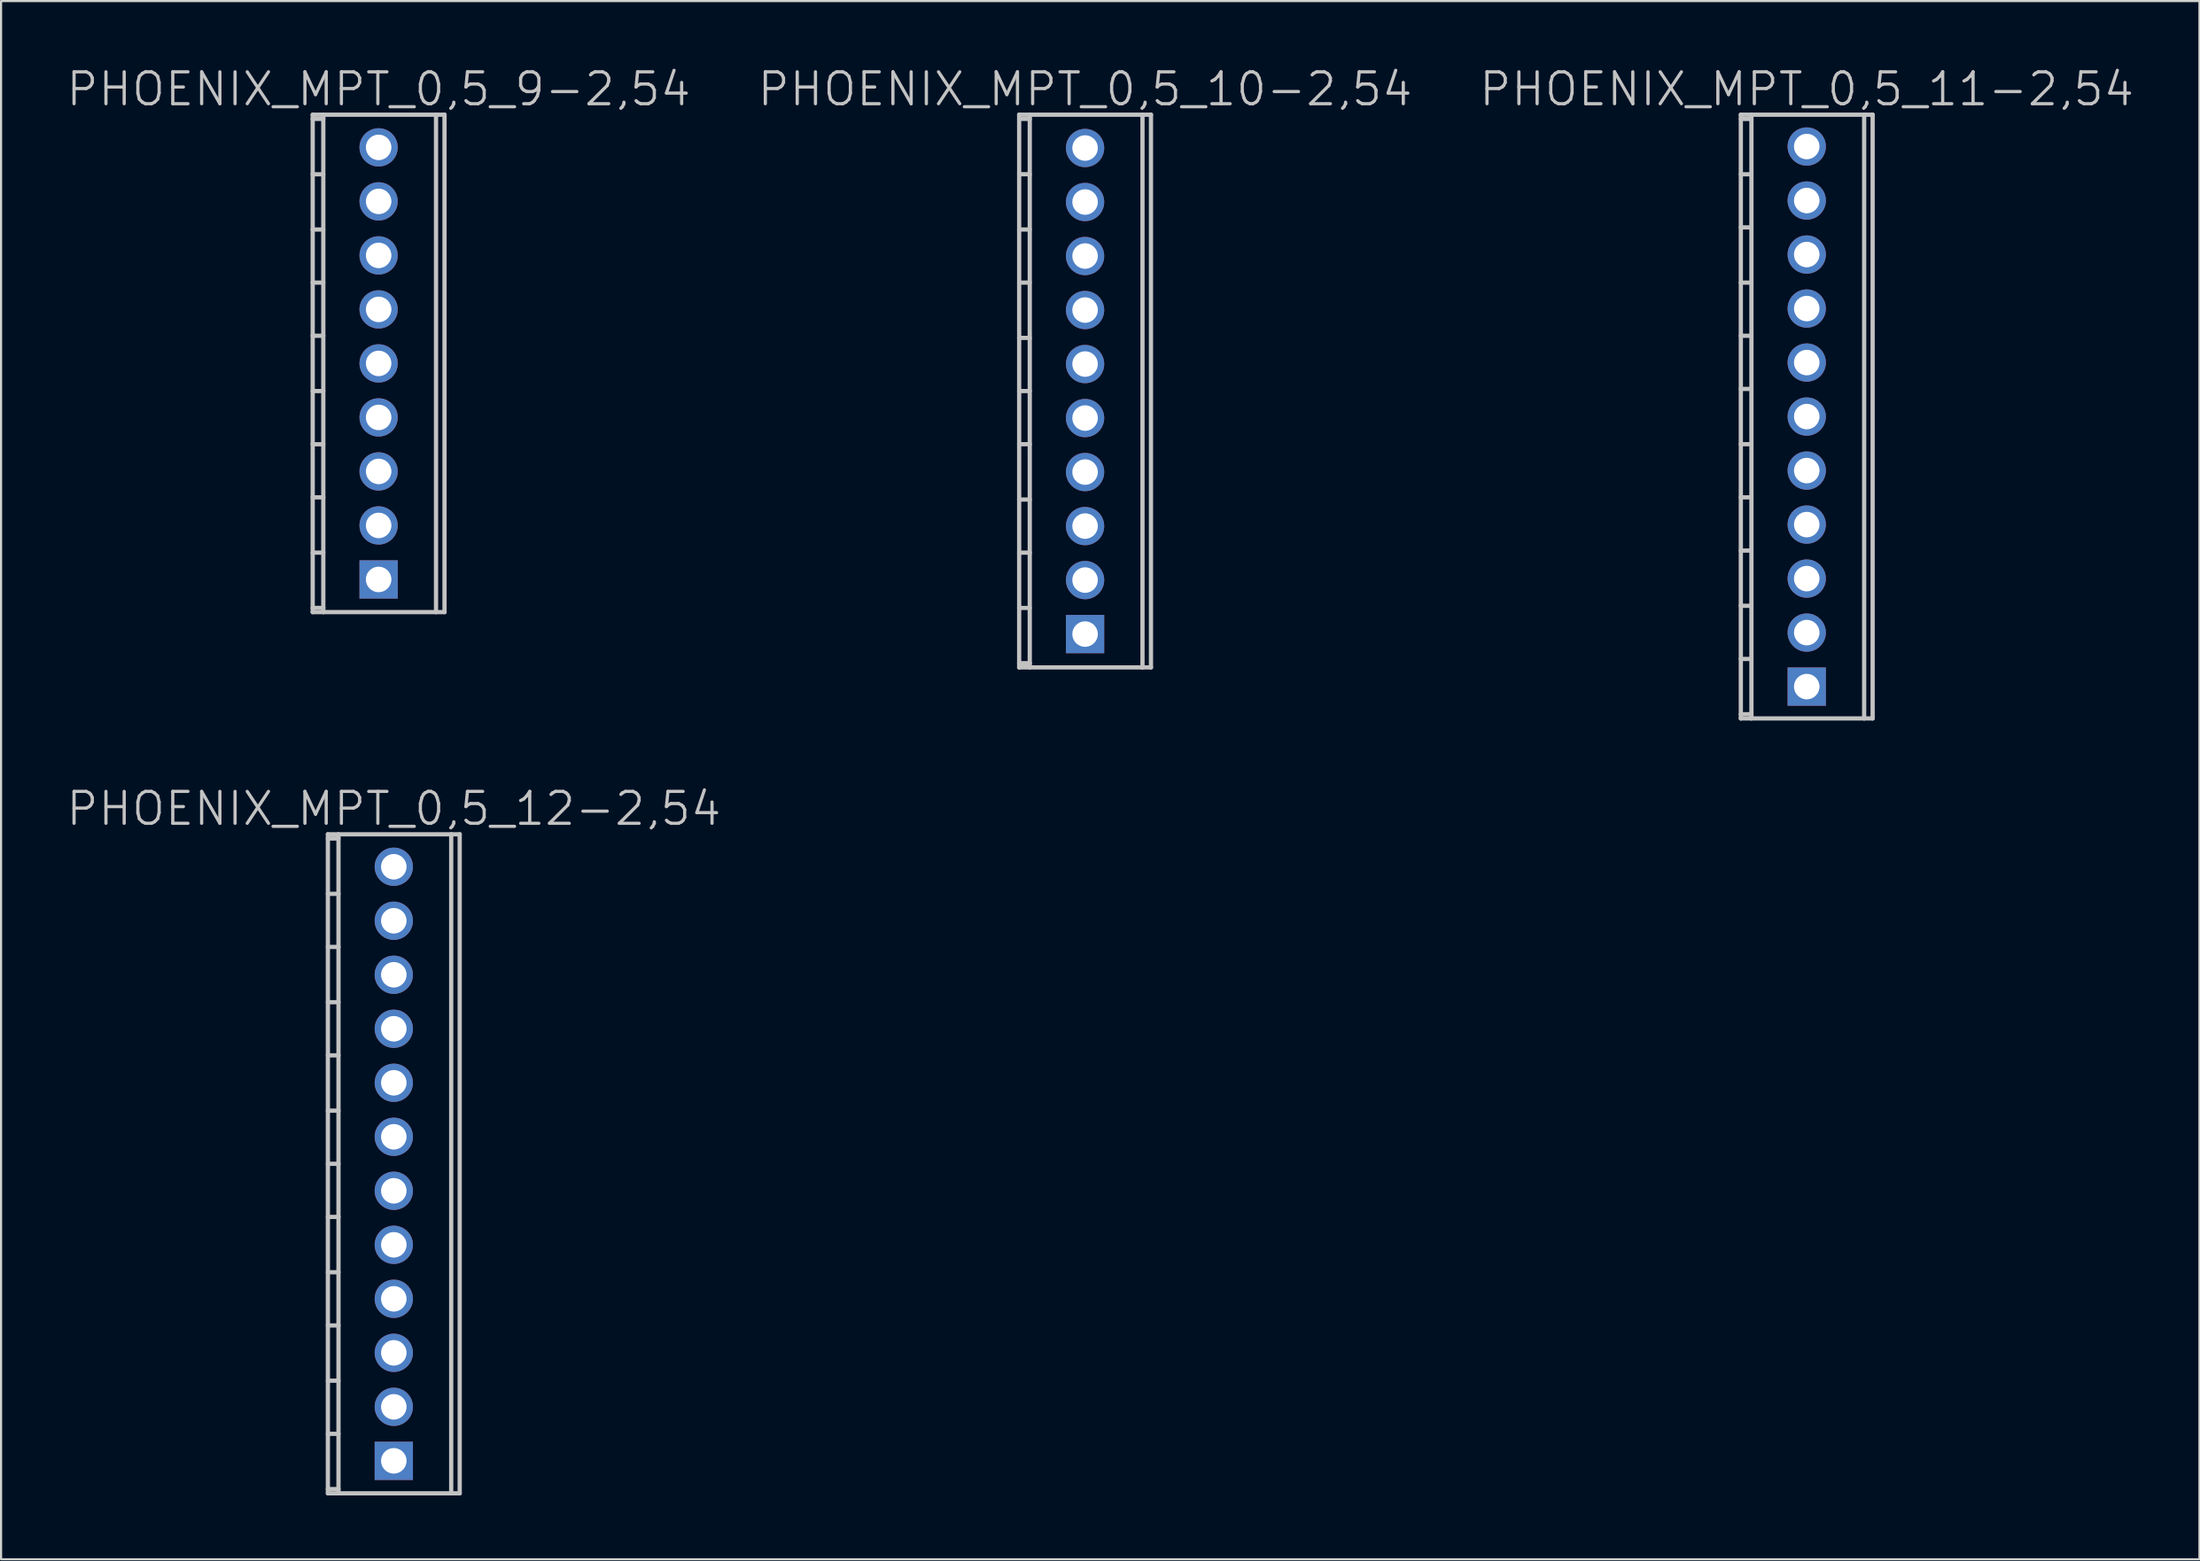
<source format=kicad_pcb>
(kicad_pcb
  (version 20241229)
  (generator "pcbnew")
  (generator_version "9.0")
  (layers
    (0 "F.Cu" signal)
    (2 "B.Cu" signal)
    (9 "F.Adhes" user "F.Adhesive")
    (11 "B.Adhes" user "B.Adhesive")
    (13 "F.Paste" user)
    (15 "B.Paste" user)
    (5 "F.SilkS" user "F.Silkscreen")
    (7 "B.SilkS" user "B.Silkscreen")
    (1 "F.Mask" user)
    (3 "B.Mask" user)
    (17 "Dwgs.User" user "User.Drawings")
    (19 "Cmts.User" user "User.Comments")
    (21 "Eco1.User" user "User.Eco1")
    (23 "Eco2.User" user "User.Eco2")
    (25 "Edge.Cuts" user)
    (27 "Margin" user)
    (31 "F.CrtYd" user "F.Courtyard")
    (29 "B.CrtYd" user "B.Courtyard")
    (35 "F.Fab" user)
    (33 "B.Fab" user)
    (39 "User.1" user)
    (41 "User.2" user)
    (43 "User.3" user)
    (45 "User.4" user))
  (footprint "PHOENIX_MPT_0,5_10-2,54"
    (layer "F.Cu")
    (at 47.975 15.341)
    (property "Reference" "PHOENIX_MPT_0,5_10-2,54" (at 0 -14.2 180) (layer "Dwgs.User") (effects (font (size 1.5 1.5) (thickness 0.15))))
    (attr through_hole)
    (fp_line (start -3.099 -13) (end -3.099 13) (stroke (width 0.2) (type solid)) (layer "Dwgs.User"))
    (fp_line (start -3.099 -12.799) (end -2.601 -12.799) (stroke (width 0.2) (type solid)) (layer "Dwgs.User"))
    (fp_line (start -3.099 -10.196) (end -2.601 -10.196) (stroke (width 0.2) (type solid)) (layer "Dwgs.User"))
    (fp_line (start -3.099 12.997) (end 3.099 12.997) (stroke (width 0.2) (type solid)) (layer "Dwgs.User"))
    (fp_line (start -2.601 -7.597) (end -3.099 -7.597) (stroke (width 0.2) (type solid)) (layer "Dwgs.User"))
    (fp_line (start -2.601 -5.1) (end -3.099 -5.1) (stroke (width 0.2) (type solid)) (layer "Dwgs.User"))
    (fp_line (start -2.601 -2.499) (end -3.099 -2.499) (stroke (width 0.2) (type solid)) (layer "Dwgs.User"))
    (fp_line (start -2.601 0) (end -3.099 0) (stroke (width 0.2) (type solid)) (layer "Dwgs.User"))
    (fp_line (start -2.601 2.499) (end -3.099 2.499) (stroke (width 0.2) (type solid)) (layer "Dwgs.User"))
    (fp_line (start -2.601 5.103) (end -3.099 5.103) (stroke (width 0.2) (type solid)) (layer "Dwgs.User"))
    (fp_line (start -2.601 7.6) (end -3.099 7.6) (stroke (width 0.2) (type solid)) (layer "Dwgs.User"))
    (fp_line (start -2.601 10.201) (end -3.099 10.201) (stroke (width 0.2) (type solid)) (layer "Dwgs.User"))
    (fp_line (start -2.601 12.799) (end -3.099 12.799) (stroke (width 0.2) (type solid)) (layer "Dwgs.User"))
    (fp_line (start -2.601 13) (end -2.601 -13) (stroke (width 0.2) (type solid)) (layer "Dwgs.User"))
    (fp_line (start 2.7 13) (end 2.7 -13) (stroke (width 0.2) (type solid)) (layer "Dwgs.User"))
    (fp_line (start 3.099 -13) (end 3.099 13) (stroke (width 0.2) (type solid)) (layer "Dwgs.User"))
    (fp_line (start 3.099 -12.997) (end -3.099 -12.997) (stroke (width 0.2) (type solid)) (layer "Dwgs.User"))
    (pad "1" thru_hole rect (at 0 11.43) (size 1.8 1.8) (drill 1.2) (layers "*.Cu" "*.Mask"))
    (pad "2" thru_hole circle (at 0 8.89 270) (size 1.8 1.8) (drill 1.2) (layers "*.Cu" "*.Mask"))
    (pad "3" thru_hole circle (at 0 6.35 270) (size 1.8 1.8) (drill 1.2) (layers "*.Cu" "*.Mask"))
    (pad "4" thru_hole circle (at 0 3.81 270) (size 1.8 1.8) (drill 1.2) (layers "*.Cu" "*.Mask"))
    (pad "5" thru_hole circle (at 0 1.27 270) (size 1.8 1.8) (drill 1.2) (layers "*.Cu" "*.Mask"))
    (pad "6" thru_hole circle (at 0 -1.27 270) (size 1.8 1.8) (drill 1.2) (layers "*.Cu" "*.Mask"))
    (pad "7" thru_hole circle (at 0 -3.81 270) (size 1.8 1.8) (drill 1.2) (layers "*.Cu" "*.Mask"))
    (pad "8" thru_hole circle (at 0 -6.35 270) (size 1.8 1.8) (drill 1.2) (layers "*.Cu" "*.Mask"))
    (pad "9" thru_hole circle (at 0 -8.89 270) (size 1.8 1.8) (drill 1.2) (layers "*.Cu" "*.Mask"))
    (pad "10" thru_hole circle (at 0 -11.43 270) (size 1.8 1.8) (drill 1.2) (layers "*.Cu" "*.Mask")))
  (footprint "PHOENIX_MPT_0,5_12-2,54"
    (layer "F.Cu")
    (at 15.468 51.683)
    (property "Reference" "PHOENIX_MPT_0,5_12-2,54" (at 0 -16.7 180) (layer "Dwgs.User") (effects (font (size 1.5 1.5) (thickness 0.15))))
    (attr through_hole)
    (fp_line (start -3.099 -15.298) (end -2.601 -15.298) (stroke (width 0.2) (type solid)) (layer "Dwgs.User"))
    (fp_line (start -3.099 -12.695) (end -2.601 -12.695) (stroke (width 0.2) (type solid)) (layer "Dwgs.User"))
    (fp_line (start -3.099 15.497) (end 3.099 15.497) (stroke (width 0.2) (type solid)) (layer "Dwgs.User"))
    (fp_line (start -3.099 15.499) (end -3.099 -15.499) (stroke (width 0.2) (type solid)) (layer "Dwgs.User"))
    (fp_line (start -2.601 -15.499) (end -2.601 15.499) (stroke (width 0.2) (type solid)) (layer "Dwgs.User"))
    (fp_line (start -2.601 -10.198) (end -3.099 -10.198) (stroke (width 0.2) (type solid)) (layer "Dwgs.User"))
    (fp_line (start -2.601 -7.6) (end -3.099 -7.6) (stroke (width 0.2) (type solid)) (layer "Dwgs.User"))
    (fp_line (start -2.601 -5.1) (end -3.099 -5.1) (stroke (width 0.2) (type solid)) (layer "Dwgs.User"))
    (fp_line (start -2.601 -2.499) (end -3.099 -2.499) (stroke (width 0.2) (type solid)) (layer "Dwgs.User"))
    (fp_line (start -2.601 0) (end -3.099 0) (stroke (width 0.2) (type solid)) (layer "Dwgs.User"))
    (fp_line (start -2.601 2.499) (end -3.099 2.499) (stroke (width 0.2) (type solid)) (layer "Dwgs.User"))
    (fp_line (start -2.601 5.1) (end -3.099 5.1) (stroke (width 0.2) (type solid)) (layer "Dwgs.User"))
    (fp_line (start -2.601 7.602) (end -3.099 7.602) (stroke (width 0.2) (type solid)) (layer "Dwgs.User"))
    (fp_line (start -2.601 10.201) (end -3.099 10.201) (stroke (width 0.2) (type solid)) (layer "Dwgs.User"))
    (fp_line (start -2.601 12.7) (end -3.099 12.7) (stroke (width 0.2) (type solid)) (layer "Dwgs.User"))
    (fp_line (start -2.601 15.298) (end -3.099 15.298) (stroke (width 0.2) (type solid)) (layer "Dwgs.User"))
    (fp_line (start 2.7 15.499) (end 2.7 -15.499) (stroke (width 0.2) (type solid)) (layer "Dwgs.User"))
    (fp_line (start 3.099 -15.499) (end 3.099 15.499) (stroke (width 0.2) (type solid)) (layer "Dwgs.User"))
    (fp_line (start 3.099 -15.497) (end -3.099 -15.497) (stroke (width 0.2) (type solid)) (layer "Dwgs.User"))
    (pad "1" thru_hole rect (at 0 13.97) (size 1.8 1.8) (drill 1.2) (layers "*.Cu" "*.Mask"))
    (pad "2" thru_hole circle (at 0 11.43 270) (size 1.8 1.8) (drill 1.2) (layers "*.Cu" "*.Mask"))
    (pad "3" thru_hole circle (at 0 8.89 270) (size 1.8 1.8) (drill 1.2) (layers "*.Cu" "*.Mask"))
    (pad "4" thru_hole circle (at 0 6.35 270) (size 1.8 1.8) (drill 1.2) (layers "*.Cu" "*.Mask"))
    (pad "5" thru_hole circle (at 0 3.81 270) (size 1.8 1.8) (drill 1.2) (layers "*.Cu" "*.Mask"))
    (pad "6" thru_hole circle (at 0 1.27 270) (size 1.8 1.8) (drill 1.2) (layers "*.Cu" "*.Mask"))
    (pad "7" thru_hole circle (at 0 -1.27 270) (size 1.8 1.8) (drill 1.2) (layers "*.Cu" "*.Mask"))
    (pad "8" thru_hole circle (at 0 -3.81 270) (size 1.8 1.8) (drill 1.2) (layers "*.Cu" "*.Mask"))
    (pad "9" thru_hole circle (at 0 -6.35 270) (size 1.8 1.8) (drill 1.2) (layers "*.Cu" "*.Mask"))
    (pad "10" thru_hole circle (at 0 -8.89 270) (size 1.8 1.8) (drill 1.2) (layers "*.Cu" "*.Mask"))
    (pad "11" thru_hole circle (at 0 -11.43 270) (size 1.8 1.8) (drill 1.2) (layers "*.Cu" "*.Mask"))
    (pad "12" thru_hole circle (at 0 -13.97 270) (size 1.8 1.8) (drill 1.2) (layers "*.Cu" "*.Mask")))
  (footprint "PHOENIX_MPT_0,5_11-2,54"
    (layer "F.Cu")
    (at 81.911 16.541)
    (property "Reference" "PHOENIX_MPT_0,5_11-2,54" (at 0 -15.4 180) (layer "Dwgs.User") (effects (font (size 1.5 1.5) (thickness 0.15))))
    (attr through_hole)
    (fp_line (start -3.099 -14.201) (end -3.099 14.201) (stroke (width 0.2) (type solid)) (layer "Dwgs.User"))
    (fp_line (start -3.099 -13.998) (end -2.601 -13.998) (stroke (width 0.2) (type solid)) (layer "Dwgs.User"))
    (fp_line (start -3.099 -11.394) (end -2.601 -11.394) (stroke (width 0.2) (type solid)) (layer "Dwgs.User"))
    (fp_line (start -3.099 14.196) (end 3.099 14.196) (stroke (width 0.2) (type solid)) (layer "Dwgs.User"))
    (fp_line (start -2.601 -8.898) (end -3.099 -8.898) (stroke (width 0.2) (type solid)) (layer "Dwgs.User"))
    (fp_line (start -2.601 -6.299) (end -3.099 -6.299) (stroke (width 0.2) (type solid)) (layer "Dwgs.User"))
    (fp_line (start -2.601 -3.8) (end -3.099 -3.8) (stroke (width 0.2) (type solid)) (layer "Dwgs.User"))
    (fp_line (start -2.601 -1.3) (end -3.099 -1.3) (stroke (width 0.2) (type solid)) (layer "Dwgs.User"))
    (fp_line (start -2.601 1.3) (end -3.099 1.3) (stroke (width 0.2) (type solid)) (layer "Dwgs.User"))
    (fp_line (start -2.601 3.8) (end -3.099 3.8) (stroke (width 0.2) (type solid)) (layer "Dwgs.User"))
    (fp_line (start -2.601 6.302) (end -3.099 6.302) (stroke (width 0.2) (type solid)) (layer "Dwgs.User"))
    (fp_line (start -2.601 8.9) (end -3.099 8.9) (stroke (width 0.2) (type solid)) (layer "Dwgs.User"))
    (fp_line (start -2.601 11.4) (end -3.099 11.4) (stroke (width 0.2) (type solid)) (layer "Dwgs.User"))
    (fp_line (start -2.601 13.998) (end -3.099 13.998) (stroke (width 0.2) (type solid)) (layer "Dwgs.User"))
    (fp_line (start -2.601 14.201) (end -2.601 -14.201) (stroke (width 0.2) (type solid)) (layer "Dwgs.User"))
    (fp_line (start 2.7 14.201) (end 2.7 -14.201) (stroke (width 0.2) (type solid)) (layer "Dwgs.User"))
    (fp_line (start 3.099 -14.201) (end 3.099 14.201) (stroke (width 0.2) (type solid)) (layer "Dwgs.User"))
    (fp_line (start 3.099 -14.196) (end -3.099 -14.196) (stroke (width 0.2) (type solid)) (layer "Dwgs.User"))
    (pad "1" thru_hole rect (at 0 12.7) (size 1.8 1.8) (drill 1.2) (layers "*.Cu" "*.Mask"))
    (pad "2" thru_hole circle (at 0 10.16 270) (size 1.8 1.8) (drill 1.2) (layers "*.Cu" "*.Mask"))
    (pad "3" thru_hole circle (at 0 7.62 270) (size 1.8 1.8) (drill 1.2) (layers "*.Cu" "*.Mask"))
    (pad "4" thru_hole circle (at 0 5.08 270) (size 1.8 1.8) (drill 1.2) (layers "*.Cu" "*.Mask"))
    (pad "5" thru_hole circle (at 0 2.54 270) (size 1.8 1.8) (drill 1.2) (layers "*.Cu" "*.Mask"))
    (pad "6" thru_hole circle (at 0 0 270) (size 1.8 1.8) (drill 1.2) (layers "*.Cu" "*.Mask"))
    (pad "7" thru_hole circle (at 0 -2.54 270) (size 1.8 1.8) (drill 1.2) (layers "*.Cu" "*.Mask"))
    (pad "8" thru_hole circle (at 0 -5.08 270) (size 1.8 1.8) (drill 1.2) (layers "*.Cu" "*.Mask"))
    (pad "9" thru_hole circle (at 0 -7.62 270) (size 1.8 1.8) (drill 1.2) (layers "*.Cu" "*.Mask"))
    (pad "10" thru_hole circle (at 0 -10.16 270) (size 1.8 1.8) (drill 1.2) (layers "*.Cu" "*.Mask"))
    (pad "11" thru_hole circle (at 0 -12.7 270) (size 1.8 1.8) (drill 1.2) (layers "*.Cu" "*.Mask")))
  (footprint "PHOENIX_MPT_0,5_9-2,54"
    (layer "F.Cu")
    (at 14.754 14.041)
    (property "Reference" "PHOENIX_MPT_0,5_9-2,54" (at 0 -12.9 180) (layer "Dwgs.User") (effects (font (size 1.5 1.5) (thickness 0.15))))
    (attr through_hole)
    (fp_line (start -3.099 -11.699) (end -3.099 11.699) (stroke (width 0.2) (type solid)) (layer "Dwgs.User"))
    (fp_line (start -3.099 -11.499) (end -2.601 -11.499) (stroke (width 0.2) (type solid)) (layer "Dwgs.User"))
    (fp_line (start -3.099 -8.895) (end -2.601 -8.895) (stroke (width 0.2) (type solid)) (layer "Dwgs.User"))
    (fp_line (start -3.099 11.697) (end 3.099 11.697) (stroke (width 0.2) (type solid)) (layer "Dwgs.User"))
    (fp_line (start -2.601 -6.297) (end -3.099 -6.297) (stroke (width 0.2) (type solid)) (layer "Dwgs.User"))
    (fp_line (start -2.601 -3.8) (end -3.099 -3.8) (stroke (width 0.2) (type solid)) (layer "Dwgs.User"))
    (fp_line (start -2.601 -1.3) (end -3.099 -1.3) (stroke (width 0.2) (type solid)) (layer "Dwgs.User"))
    (fp_line (start -2.601 1.3) (end -3.099 1.3) (stroke (width 0.2) (type solid)) (layer "Dwgs.User"))
    (fp_line (start -2.601 3.802) (end -3.099 3.802) (stroke (width 0.2) (type solid)) (layer "Dwgs.User"))
    (fp_line (start -2.601 6.299) (end -3.099 6.299) (stroke (width 0.2) (type solid)) (layer "Dwgs.User"))
    (fp_line (start -2.601 8.9) (end -3.099 8.9) (stroke (width 0.2) (type solid)) (layer "Dwgs.User"))
    (fp_line (start -2.601 11.499) (end -3.099 11.499) (stroke (width 0.2) (type solid)) (layer "Dwgs.User"))
    (fp_line (start -2.601 11.699) (end -2.601 -11.699) (stroke (width 0.2) (type solid)) (layer "Dwgs.User"))
    (fp_line (start 2.7 -11.699) (end 2.7 11.699) (stroke (width 0.2) (type solid)) (layer "Dwgs.User"))
    (fp_line (start 3.099 -11.697) (end -3.099 -11.697) (stroke (width 0.2) (type solid)) (layer "Dwgs.User"))
    (fp_line (start 3.099 11.699) (end 3.099 -11.699) (stroke (width 0.2) (type solid)) (layer "Dwgs.User"))
    (pad "1" thru_hole rect (at 0 10.16) (size 1.8 1.8) (drill 1.2) (layers "*.Cu" "*.Mask"))
    (pad "2" thru_hole circle (at 0 7.62 270) (size 1.8 1.8) (drill 1.2) (layers "*.Cu" "*.Mask"))
    (pad "3" thru_hole circle (at 0 5.08 270) (size 1.8 1.8) (drill 1.2) (layers "*.Cu" "*.Mask"))
    (pad "4" thru_hole circle (at 0 2.54 270) (size 1.8 1.8) (drill 1.2) (layers "*.Cu" "*.Mask"))
    (pad "5" thru_hole circle (at 0 0 270) (size 1.8 1.8) (drill 1.2) (layers "*.Cu" "*.Mask"))
    (pad "6" thru_hole circle (at 0 -2.54 270) (size 1.8 1.8) (drill 1.2) (layers "*.Cu" "*.Mask"))
    (pad "7" thru_hole circle (at 0 -5.08 270) (size 1.8 1.8) (drill 1.2) (layers "*.Cu" "*.Mask"))
    (pad "8" thru_hole circle (at 0 -7.62 270) (size 1.8 1.8) (drill 1.2) (layers "*.Cu" "*.Mask"))
    (pad "9" thru_hole circle (at 0 -10.16 270) (size 1.8 1.8) (drill 1.2) (layers "*.Cu" "*.Mask")))
  (gr_rect
    (start -3 -3)
    (end 100.379 70.282)
    (stroke (width 0.1) (type default))
    (fill no)
    (layer "Edge.Cuts")))
</source>
